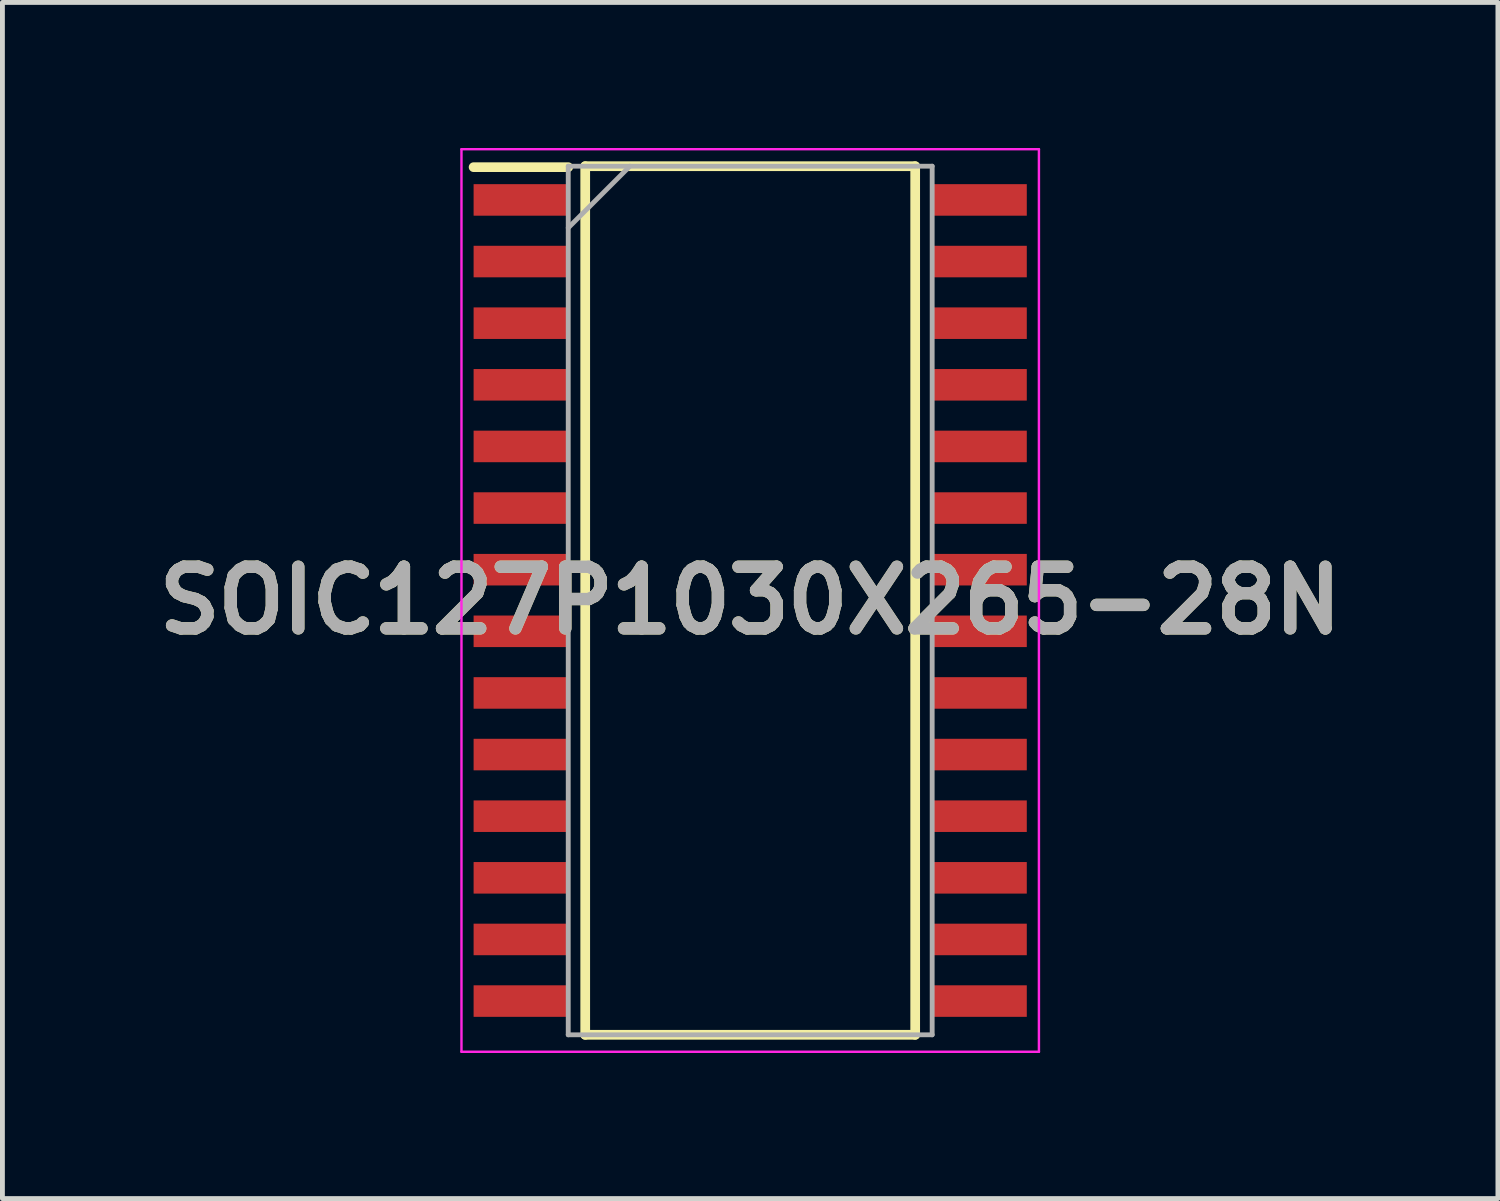
<source format=kicad_pcb>
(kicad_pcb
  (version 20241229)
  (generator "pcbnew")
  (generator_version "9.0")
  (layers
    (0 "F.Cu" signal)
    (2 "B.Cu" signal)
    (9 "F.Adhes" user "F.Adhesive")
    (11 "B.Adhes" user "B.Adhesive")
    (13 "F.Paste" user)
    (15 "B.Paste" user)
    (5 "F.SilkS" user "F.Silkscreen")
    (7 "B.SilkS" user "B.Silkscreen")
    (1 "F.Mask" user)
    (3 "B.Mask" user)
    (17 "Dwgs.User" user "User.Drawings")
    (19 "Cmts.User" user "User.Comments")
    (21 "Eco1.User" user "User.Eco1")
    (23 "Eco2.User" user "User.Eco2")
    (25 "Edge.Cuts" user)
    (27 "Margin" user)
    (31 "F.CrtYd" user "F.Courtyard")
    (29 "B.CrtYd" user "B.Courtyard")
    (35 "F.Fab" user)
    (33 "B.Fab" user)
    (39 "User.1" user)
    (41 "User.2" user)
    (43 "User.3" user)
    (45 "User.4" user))
  (footprint "SOIC127P1030X265-28N"
    (layer "F.Cu")
    (at 12.41 9.325)
    (property "Reference" "SOIC127P1030X265-28N" (at 0 0 0) (layer "F.SilkS") (effects (font (size 1.27 1.27) (thickness 0.254))))
    (attr smd)
    (fp_line (start -5.7 -8.93) (end -3.75 -8.93) (stroke (width 0.2) (type solid)) (layer "F.SilkS"))
    (fp_line (start -3.4 -8.95) (end 3.4 -8.95) (stroke (width 0.2) (type solid)) (layer "F.SilkS"))
    (fp_line (start -3.4 8.95) (end -3.4 -8.95) (stroke (width 0.2) (type solid)) (layer "F.SilkS"))
    (fp_line (start 3.4 -8.95) (end 3.4 8.95) (stroke (width 0.2) (type solid)) (layer "F.SilkS"))
    (fp_line (start 3.4 8.95) (end -3.4 8.95) (stroke (width 0.2) (type solid)) (layer "F.SilkS"))
    (fp_line (start -5.95 -9.3) (end 5.95 -9.3) (stroke (width 0.05) (type solid)) (layer "F.CrtYd"))
    (fp_line (start -5.95 9.3) (end -5.95 -9.3) (stroke (width 0.05) (type solid)) (layer "F.CrtYd"))
    (fp_line (start 5.95 -9.3) (end 5.95 9.3) (stroke (width 0.05) (type solid)) (layer "F.CrtYd"))
    (fp_line (start 5.95 9.3) (end -5.95 9.3) (stroke (width 0.05) (type solid)) (layer "F.CrtYd"))
    (fp_line (start -3.75 -8.95) (end 3.75 -8.95) (stroke (width 0.1) (type solid)) (layer "F.Fab"))
    (fp_line (start -3.75 -7.68) (end -2.48 -8.95) (stroke (width 0.1) (type solid)) (layer "F.Fab"))
    (fp_line (start -3.75 8.95) (end -3.75 -8.95) (stroke (width 0.1) (type solid)) (layer "F.Fab"))
    (fp_line (start 3.75 -8.95) (end 3.75 8.95) (stroke (width 0.1) (type solid)) (layer "F.Fab"))
    (fp_line (start 3.75 8.95) (end -3.75 8.95) (stroke (width 0.1) (type solid)) (layer "F.Fab"))
    (fp_text user "${REFERENCE}" (at 0 0 0) (layer "F.Fab") (effects (font (size 1.27 1.27) (thickness 0.254))))
    (pad "1" smd rect (at -4.725 -8.255 90) (size 0.65 1.95) (layers "F.Cu" "F.Mask" "F.Paste"))
    (pad "2" smd rect (at -4.725 -6.985 90) (size 0.65 1.95) (layers "F.Cu" "F.Mask" "F.Paste"))
    (pad "3" smd rect (at -4.725 -5.715 90) (size 0.65 1.95) (layers "F.Cu" "F.Mask" "F.Paste"))
    (pad "4" smd rect (at -4.725 -4.445 90) (size 0.65 1.95) (layers "F.Cu" "F.Mask" "F.Paste"))
    (pad "5" smd rect (at -4.725 -3.175 90) (size 0.65 1.95) (layers "F.Cu" "F.Mask" "F.Paste"))
    (pad "6" smd rect (at -4.725 -1.905 90) (size 0.65 1.95) (layers "F.Cu" "F.Mask" "F.Paste"))
    (pad "7" smd rect (at -4.725 -0.635 90) (size 0.65 1.95) (layers "F.Cu" "F.Mask" "F.Paste"))
    (pad "8" smd rect (at -4.725 0.635 90) (size 0.65 1.95) (layers "F.Cu" "F.Mask" "F.Paste"))
    (pad "9" smd rect (at -4.725 1.905 90) (size 0.65 1.95) (layers "F.Cu" "F.Mask" "F.Paste"))
    (pad "10" smd rect (at -4.725 3.175 90) (size 0.65 1.95) (layers "F.Cu" "F.Mask" "F.Paste"))
    (pad "11" smd rect (at -4.725 4.445 90) (size 0.65 1.95) (layers "F.Cu" "F.Mask" "F.Paste"))
    (pad "12" smd rect (at -4.725 5.715 90) (size 0.65 1.95) (layers "F.Cu" "F.Mask" "F.Paste"))
    (pad "13" smd rect (at -4.725 6.985 90) (size 0.65 1.95) (layers "F.Cu" "F.Mask" "F.Paste"))
    (pad "14" smd rect (at -4.725 8.255 90) (size 0.65 1.95) (layers "F.Cu" "F.Mask" "F.Paste"))
    (pad "15" smd rect (at 4.725 8.255 90) (size 0.65 1.95) (layers "F.Cu" "F.Mask" "F.Paste"))
    (pad "16" smd rect (at 4.725 6.985 90) (size 0.65 1.95) (layers "F.Cu" "F.Mask" "F.Paste"))
    (pad "17" smd rect (at 4.725 5.715 90) (size 0.65 1.95) (layers "F.Cu" "F.Mask" "F.Paste"))
    (pad "18" smd rect (at 4.725 4.445 90) (size 0.65 1.95) (layers "F.Cu" "F.Mask" "F.Paste"))
    (pad "19" smd rect (at 4.725 3.175 90) (size 0.65 1.95) (layers "F.Cu" "F.Mask" "F.Paste"))
    (pad "20" smd rect (at 4.725 1.905 90) (size 0.65 1.95) (layers "F.Cu" "F.Mask" "F.Paste"))
    (pad "21" smd rect (at 4.725 0.635 90) (size 0.65 1.95) (layers "F.Cu" "F.Mask" "F.Paste"))
    (pad "22" smd rect (at 4.725 -0.635 90) (size 0.65 1.95) (layers "F.Cu" "F.Mask" "F.Paste"))
    (pad "23" smd rect (at 4.725 -1.905 90) (size 0.65 1.95) (layers "F.Cu" "F.Mask" "F.Paste"))
    (pad "24" smd rect (at 4.725 -3.175 90) (size 0.65 1.95) (layers "F.Cu" "F.Mask" "F.Paste"))
    (pad "25" smd rect (at 4.725 -4.445 90) (size 0.65 1.95) (layers "F.Cu" "F.Mask" "F.Paste"))
    (pad "26" smd rect (at 4.725 -5.715 90) (size 0.65 1.95) (layers "F.Cu" "F.Mask" "F.Paste"))
    (pad "27" smd rect (at 4.725 -6.985 90) (size 0.65 1.95) (layers "F.Cu" "F.Mask" "F.Paste"))
    (pad "28" smd rect (at 4.725 -8.255 90) (size 0.65 1.95) (layers "F.Cu" "F.Mask" "F.Paste")))
  (gr_rect
    (start -3 -3)
    (end 27.819 21.65)
    (stroke (width 0.1) (type default))
    (fill no)
    (layer "Edge.Cuts")))
</source>
